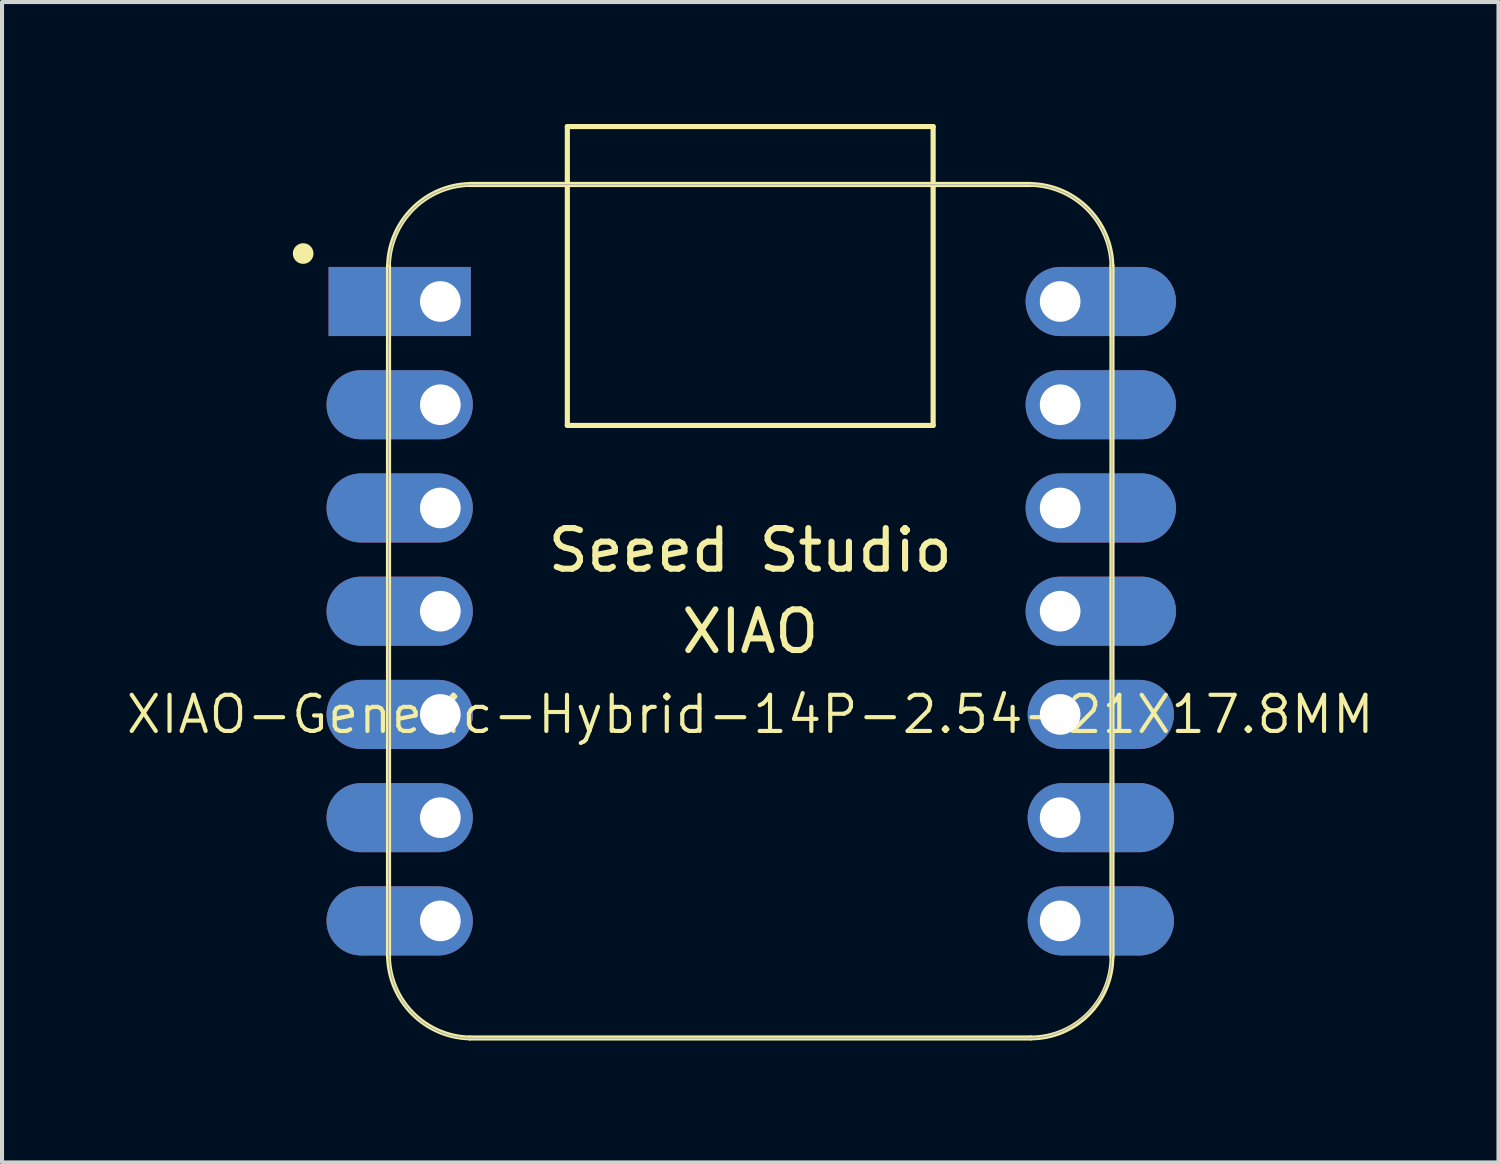
<source format=kicad_pcb>
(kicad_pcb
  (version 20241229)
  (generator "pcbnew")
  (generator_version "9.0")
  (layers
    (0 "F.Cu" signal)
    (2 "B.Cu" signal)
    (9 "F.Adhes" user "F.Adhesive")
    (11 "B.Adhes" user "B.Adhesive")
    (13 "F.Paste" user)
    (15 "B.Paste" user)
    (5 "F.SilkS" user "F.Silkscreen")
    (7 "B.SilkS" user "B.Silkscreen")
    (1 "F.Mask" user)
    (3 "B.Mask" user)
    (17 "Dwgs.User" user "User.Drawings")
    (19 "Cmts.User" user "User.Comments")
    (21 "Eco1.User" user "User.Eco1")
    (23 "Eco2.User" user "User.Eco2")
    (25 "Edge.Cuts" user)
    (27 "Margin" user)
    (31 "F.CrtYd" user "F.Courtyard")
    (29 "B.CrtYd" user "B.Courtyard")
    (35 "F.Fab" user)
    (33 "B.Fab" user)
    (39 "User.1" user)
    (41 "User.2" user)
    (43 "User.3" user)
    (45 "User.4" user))
  (footprint "XIAO-Generic-Hybrid-14P-2.54-21X17.8MM"
    (layer "F.Cu")
    (at 15.409 11.988)
    (property "Reference" "XIAO-Generic-Hybrid-14P-2.54-21X17.8MM" (at 0 2.54 0) (layer "F.SilkS") (effects (font (size 0.889 0.889) (thickness 0.102))))
    (attr smd)
    (fp_line (start -8.9 -8.5) (end -8.9 8.5) (stroke (width 0.127) (type solid)) (layer "F.SilkS"))
    (fp_line (start -6.9 10.5) (end 6.9 10.5) (stroke (width 0.127) (type solid)) (layer "F.SilkS"))
    (fp_line (start -4.5 -11.924) (end 4.5 -11.924) (stroke (width 0.127) (type solid)) (layer "F.SilkS"))
    (fp_line (start -4.5 -4.571) (end -4.5 -11.924) (stroke (width 0.127) (type solid)) (layer "F.SilkS"))
    (fp_line (start 4.5 -11.924) (end 4.5 -4.571) (stroke (width 0.127) (type solid)) (layer "F.SilkS"))
    (fp_line (start 4.5 -4.571) (end -4.5 -4.571) (stroke (width 0.127) (type solid)) (layer "F.SilkS"))
    (fp_line (start 6.9 -10.499) (end -6.9 -10.499) (stroke (width 0.127) (type solid)) (layer "F.SilkS"))
    (fp_line (start 8.9 8.5) (end 8.9 -8.5) (stroke (width 0.127) (type solid)) (layer "F.SilkS"))
    (fp_arc (start -8.9 -8.5) (mid -8.301491 -9.901491) (end -6.9 -10.5) (stroke (width 0.12) (type solid)) (layer "F.SilkS"))
    (fp_arc (start -6.9 10.5) (mid -8.301423 9.901423) (end -8.9 8.5) (stroke (width 0.12) (type solid)) (layer "F.SilkS"))
    (fp_arc (start 6.9 -10.5) (mid 8.301491 -9.901491) (end 8.9 -8.5) (stroke (width 0.12) (type solid)) (layer "F.SilkS"))
    (fp_arc (start 8.9 8.5) (mid 8.314214 9.914214) (end 6.9 10.5) (stroke (width 0.12) (type solid)) (layer "F.SilkS"))
    (fp_circle (center -11 -8.8) (end -11 -9.054) (stroke (width 0) (type solid)) (fill yes) (layer "F.SilkS"))
    (fp_poly (pts (xy -8.888 -8.562) (xy -8.885 -8.61) (xy -8.881 -8.659)) (stroke (width 0.025) (type solid)) (fill no) (layer "F.SilkS"))
    (fp_poly (pts (xy 8.889 8.522) (xy 8.888 8.571) (xy 8.885 8.62) (xy 8.881 8.669) (xy 8.875 8.717) (xy 8.869 8.766) (xy 8.861 8.815) (xy 8.852 8.863) (xy 8.842 8.911)) (stroke (width 0.025) (type solid)) (fill no) (layer "F.SilkS"))
    (fp_line (start -8.9 -8.463) (end -8.9 8.473) (stroke (width 0.025) (type solid)) (layer "F.Fab"))
    (fp_line (start -8.89 8.473) (end -8.889 8.522) (stroke (width 0.025) (type solid)) (layer "F.Fab"))
    (fp_line (start -8.889 8.522) (end -8.888 8.571) (stroke (width 0.025) (type solid)) (layer "F.Fab"))
    (fp_line (start -8.888 -8.562) (end -8.889 -8.512) (stroke (width 0.025) (type solid)) (layer "F.Fab"))
    (fp_line (start -8.888 8.571) (end -8.885 8.62) (stroke (width 0.025) (type solid)) (layer "F.Fab"))
    (fp_line (start -8.885 -8.61) (end -8.888 -8.562) (stroke (width 0.025) (type solid)) (layer "F.Fab"))
    (fp_line (start -8.885 8.62) (end -8.881 8.669) (stroke (width 0.025) (type solid)) (layer "F.Fab"))
    (fp_line (start -8.881 -8.659) (end -8.885 -8.61) (stroke (width 0.025) (type solid)) (layer "F.Fab"))
    (fp_line (start -8.881 8.669) (end -8.875 8.717) (stroke (width 0.025) (type solid)) (layer "F.Fab"))
    (fp_line (start -8.875 -8.708) (end -8.881 -8.659) (stroke (width 0.025) (type solid)) (layer "F.Fab"))
    (fp_line (start -8.875 8.717) (end -8.869 8.766) (stroke (width 0.025) (type solid)) (layer "F.Fab"))
    (fp_line (start -8.869 -8.757) (end -8.875 -8.708) (stroke (width 0.025) (type solid)) (layer "F.Fab"))
    (fp_line (start -8.869 8.766) (end -8.861 8.815) (stroke (width 0.025) (type solid)) (layer "F.Fab"))
    (fp_line (start -8.861 -8.806) (end -8.869 -8.757) (stroke (width 0.025) (type solid)) (layer "F.Fab"))
    (fp_line (start -8.861 8.815) (end -8.852 8.863) (stroke (width 0.025) (type solid)) (layer "F.Fab"))
    (fp_line (start -8.852 -8.854) (end -8.861 -8.806) (stroke (width 0.025) (type solid)) (layer "F.Fab"))
    (fp_line (start -8.852 8.863) (end -8.842 8.911) (stroke (width 0.025) (type solid)) (layer "F.Fab"))
    (fp_line (start -8.842 -8.902) (end -8.852 -8.854) (stroke (width 0.025) (type solid)) (layer "F.Fab"))
    (fp_line (start -8.842 8.911) (end -8.831 8.959) (stroke (width 0.025) (type solid)) (layer "F.Fab"))
    (fp_line (start -8.831 -8.95) (end -8.842 -8.902) (stroke (width 0.025) (type solid)) (layer "F.Fab"))
    (fp_line (start -8.831 8.959) (end -8.819 9.006) (stroke (width 0.025) (type solid)) (layer "F.Fab"))
    (fp_line (start -8.819 -8.997) (end -8.831 -8.95) (stroke (width 0.025) (type solid)) (layer "F.Fab"))
    (fp_line (start -8.819 9.006) (end -8.805 9.054) (stroke (width 0.025) (type solid)) (layer "F.Fab"))
    (fp_line (start -8.805 -9.045) (end -8.819 -8.997) (stroke (width 0.025) (type solid)) (layer "F.Fab"))
    (fp_line (start -8.805 9.054) (end -8.79 9.1) (stroke (width 0.025) (type solid)) (layer "F.Fab"))
    (fp_line (start -8.79 -9.091) (end -8.805 -9.045) (stroke (width 0.025) (type solid)) (layer "F.Fab"))
    (fp_line (start -8.79 9.1) (end -8.775 9.147) (stroke (width 0.025) (type solid)) (layer "F.Fab"))
    (fp_line (start -8.775 -9.138) (end -8.79 -9.091) (stroke (width 0.025) (type solid)) (layer "F.Fab"))
    (fp_line (start -8.775 9.147) (end -8.758 9.193) (stroke (width 0.025) (type solid)) (layer "F.Fab"))
    (fp_line (start -8.758 -9.184) (end -8.775 -9.138) (stroke (width 0.025) (type solid)) (layer "F.Fab"))
    (fp_line (start -8.758 9.193) (end -8.74 9.239) (stroke (width 0.025) (type solid)) (layer "F.Fab"))
    (fp_line (start -8.74 -9.23) (end -8.758 -9.184) (stroke (width 0.025) (type solid)) (layer "F.Fab"))
    (fp_line (start -8.74 9.239) (end -8.721 9.284) (stroke (width 0.025) (type solid)) (layer "F.Fab"))
    (fp_line (start -8.721 -9.275) (end -8.74 -9.23) (stroke (width 0.025) (type solid)) (layer "F.Fab"))
    (fp_line (start -8.721 9.284) (end -8.701 9.329) (stroke (width 0.025) (type solid)) (layer "F.Fab"))
    (fp_line (start -8.701 -9.32) (end -8.721 -9.275) (stroke (width 0.025) (type solid)) (layer "F.Fab"))
    (fp_line (start -8.701 9.329) (end -8.679 9.373) (stroke (width 0.025) (type solid)) (layer "F.Fab"))
    (fp_line (start -8.679 -9.364) (end -8.701 -9.32) (stroke (width 0.025) (type solid)) (layer "F.Fab"))
    (fp_line (start -8.679 9.373) (end -8.657 9.417) (stroke (width 0.025) (type solid)) (layer "F.Fab"))
    (fp_line (start -8.657 -9.408) (end -8.679 -9.364) (stroke (width 0.025) (type solid)) (layer "F.Fab"))
    (fp_line (start -8.657 9.417) (end -8.634 9.46) (stroke (width 0.025) (type solid)) (layer "F.Fab"))
    (fp_line (start -8.634 -9.451) (end -8.657 -9.408) (stroke (width 0.025) (type solid)) (layer "F.Fab"))
    (fp_line (start -8.634 9.46) (end -8.61 9.503) (stroke (width 0.025) (type solid)) (layer "F.Fab"))
    (fp_line (start -8.61 -9.494) (end -8.634 -9.451) (stroke (width 0.025) (type solid)) (layer "F.Fab"))
    (fp_line (start -8.61 9.503) (end -8.584 9.545) (stroke (width 0.025) (type solid)) (layer "F.Fab"))
    (fp_line (start -8.584 -9.536) (end -8.61 -9.494) (stroke (width 0.025) (type solid)) (layer "F.Fab"))
    (fp_line (start -8.584 9.545) (end -8.558 9.586) (stroke (width 0.025) (type solid)) (layer "F.Fab"))
    (fp_line (start -8.558 -9.577) (end -8.584 -9.536) (stroke (width 0.025) (type solid)) (layer "F.Fab"))
    (fp_line (start -8.558 9.586) (end -8.53 9.627) (stroke (width 0.025) (type solid)) (layer "F.Fab"))
    (fp_line (start -8.53 -9.618) (end -8.558 -9.577) (stroke (width 0.025) (type solid)) (layer "F.Fab"))
    (fp_line (start -8.53 9.627) (end -8.502 9.667) (stroke (width 0.025) (type solid)) (layer "F.Fab"))
    (fp_line (start -8.502 -9.658) (end -8.53 -9.618) (stroke (width 0.025) (type solid)) (layer "F.Fab"))
    (fp_line (start -8.502 9.667) (end -8.473 9.706) (stroke (width 0.025) (type solid)) (layer "F.Fab"))
    (fp_line (start -8.473 -9.697) (end -8.502 -9.658) (stroke (width 0.025) (type solid)) (layer "F.Fab"))
    (fp_line (start -8.473 9.706) (end -8.442 9.745) (stroke (width 0.025) (type solid)) (layer "F.Fab"))
    (fp_line (start -8.442 -9.736) (end -8.473 -9.697) (stroke (width 0.025) (type solid)) (layer "F.Fab"))
    (fp_line (start -8.442 9.745) (end -8.411 9.783) (stroke (width 0.025) (type solid)) (layer "F.Fab"))
    (fp_line (start -8.411 -9.774) (end -8.442 -9.736) (stroke (width 0.025) (type solid)) (layer "F.Fab"))
    (fp_line (start -8.411 9.783) (end -8.379 9.82) (stroke (width 0.025) (type solid)) (layer "F.Fab"))
    (fp_line (start -8.379 -9.811) (end -8.411 -9.774) (stroke (width 0.025) (type solid)) (layer "F.Fab"))
    (fp_line (start -8.379 9.82) (end -8.346 9.856) (stroke (width 0.025) (type solid)) (layer "F.Fab"))
    (fp_line (start -8.346 -9.847) (end -8.379 -9.811) (stroke (width 0.025) (type solid)) (layer "F.Fab"))
    (fp_line (start -8.346 9.856) (end -8.312 9.892) (stroke (width 0.025) (type solid)) (layer "F.Fab"))
    (fp_line (start -8.312 -9.883) (end -8.346 -9.847) (stroke (width 0.025) (type solid)) (layer "F.Fab"))
    (fp_line (start -8.312 9.892) (end -8.277 9.927) (stroke (width 0.025) (type solid)) (layer "F.Fab"))
    (fp_line (start -8.277 -9.918) (end -8.312 -9.883) (stroke (width 0.025) (type solid)) (layer "F.Fab"))
    (fp_line (start -8.277 9.927) (end -8.242 9.96) (stroke (width 0.025) (type solid)) (layer "F.Fab"))
    (fp_line (start -8.242 -9.951) (end -8.277 -9.918) (stroke (width 0.025) (type solid)) (layer "F.Fab"))
    (fp_line (start -8.242 9.96) (end -8.205 9.994) (stroke (width 0.025) (type solid)) (layer "F.Fab"))
    (fp_line (start -8.205 -9.984) (end -8.242 -9.951) (stroke (width 0.025) (type solid)) (layer "F.Fab"))
    (fp_line (start -8.205 9.994) (end -8.168 10.026) (stroke (width 0.025) (type solid)) (layer "F.Fab"))
    (fp_line (start -8.168 -10.017) (end -8.205 -9.984) (stroke (width 0.025) (type solid)) (layer "F.Fab"))
    (fp_line (start -8.168 10.026) (end -8.13 10.057) (stroke (width 0.025) (type solid)) (layer "F.Fab"))
    (fp_line (start -8.13 -10.048) (end -8.168 -10.017) (stroke (width 0.025) (type solid)) (layer "F.Fab"))
    (fp_line (start -8.13 10.057) (end -8.092 10.087) (stroke (width 0.025) (type solid)) (layer "F.Fab"))
    (fp_line (start -8.092 -10.078) (end -8.13 -10.048) (stroke (width 0.025) (type solid)) (layer "F.Fab"))
    (fp_line (start -8.092 10.087) (end -8.052 10.116) (stroke (width 0.025) (type solid)) (layer "F.Fab"))
    (fp_line (start -8.052 -10.107) (end -8.092 -10.078) (stroke (width 0.025) (type solid)) (layer "F.Fab"))
    (fp_line (start -8.052 10.116) (end -8.012 10.145) (stroke (width 0.025) (type solid)) (layer "F.Fab"))
    (fp_line (start -8.012 -10.136) (end -8.052 -10.107) (stroke (width 0.025) (type solid)) (layer "F.Fab"))
    (fp_line (start -8.012 10.145) (end -7.972 10.172) (stroke (width 0.025) (type solid)) (layer "F.Fab"))
    (fp_line (start -7.972 -10.163) (end -8.012 -10.136) (stroke (width 0.025) (type solid)) (layer "F.Fab"))
    (fp_line (start -7.972 10.172) (end -7.93 10.199) (stroke (width 0.025) (type solid)) (layer "F.Fab"))
    (fp_line (start -7.93 -10.19) (end -7.972 -10.163) (stroke (width 0.025) (type solid)) (layer "F.Fab"))
    (fp_line (start -7.93 10.199) (end -7.888 10.224) (stroke (width 0.025) (type solid)) (layer "F.Fab"))
    (fp_line (start -7.888 -10.215) (end -7.93 -10.19) (stroke (width 0.025) (type solid)) (layer "F.Fab"))
    (fp_line (start -7.888 10.224) (end -7.846 10.249) (stroke (width 0.025) (type solid)) (layer "F.Fab"))
    (fp_line (start -7.846 -10.239) (end -7.888 -10.215) (stroke (width 0.025) (type solid)) (layer "F.Fab"))
    (fp_line (start -7.846 10.249) (end -7.802 10.272) (stroke (width 0.025) (type solid)) (layer "F.Fab"))
    (fp_line (start -7.802 -10.263) (end -7.846 -10.239) (stroke (width 0.025) (type solid)) (layer "F.Fab"))
    (fp_line (start -7.802 10.272) (end -7.759 10.294) (stroke (width 0.025) (type solid)) (layer "F.Fab"))
    (fp_line (start -7.759 -10.285) (end -7.802 -10.263) (stroke (width 0.025) (type solid)) (layer "F.Fab"))
    (fp_line (start -7.759 10.294) (end -7.714 10.315) (stroke (width 0.025) (type solid)) (layer "F.Fab"))
    (fp_line (start -7.714 -10.306) (end -7.759 -10.285) (stroke (width 0.025) (type solid)) (layer "F.Fab"))
    (fp_line (start -7.714 10.315) (end -7.67 10.335) (stroke (width 0.025) (type solid)) (layer "F.Fab"))
    (fp_line (start -7.67 -10.326) (end -7.714 -10.306) (stroke (width 0.025) (type solid)) (layer "F.Fab"))
    (fp_line (start -7.67 10.335) (end -7.624 10.354) (stroke (width 0.025) (type solid)) (layer "F.Fab"))
    (fp_line (start -7.624 -10.345) (end -7.67 -10.326) (stroke (width 0.025) (type solid)) (layer "F.Fab"))
    (fp_line (start -7.624 10.354) (end -7.579 10.372) (stroke (width 0.025) (type solid)) (layer "F.Fab"))
    (fp_line (start -7.579 -10.363) (end -7.624 -10.345) (stroke (width 0.025) (type solid)) (layer "F.Fab"))
    (fp_line (start -7.579 10.372) (end -7.532 10.389) (stroke (width 0.025) (type solid)) (layer "F.Fab"))
    (fp_line (start -7.532 -10.38) (end -7.579 -10.363) (stroke (width 0.025) (type solid)) (layer "F.Fab"))
    (fp_line (start -7.532 10.389) (end -7.486 10.405) (stroke (width 0.025) (type solid)) (layer "F.Fab"))
    (fp_line (start -7.486 -10.396) (end -7.532 -10.38) (stroke (width 0.025) (type solid)) (layer "F.Fab"))
    (fp_line (start -7.486 10.405) (end -7.439 10.42) (stroke (width 0.025) (type solid)) (layer "F.Fab"))
    (fp_line (start -7.439 -10.411) (end -7.486 -10.396) (stroke (width 0.025) (type solid)) (layer "F.Fab"))
    (fp_line (start -7.439 10.42) (end -7.392 10.433) (stroke (width 0.025) (type solid)) (layer "F.Fab"))
    (fp_line (start -7.392 -10.424) (end -7.439 -10.411) (stroke (width 0.025) (type solid)) (layer "F.Fab"))
    (fp_line (start -7.392 10.433) (end -7.344 10.446) (stroke (width 0.025) (type solid)) (layer "F.Fab"))
    (fp_line (start -7.344 -10.436) (end -7.392 -10.424) (stroke (width 0.025) (type solid)) (layer "F.Fab"))
    (fp_line (start -7.344 10.446) (end -7.296 10.457) (stroke (width 0.025) (type solid)) (layer "F.Fab"))
    (fp_line (start -7.296 -10.448) (end -7.344 -10.436) (stroke (width 0.025) (type solid)) (layer "F.Fab"))
    (fp_line (start -7.296 10.457) (end -7.248 10.467) (stroke (width 0.025) (type solid)) (layer "F.Fab"))
    (fp_line (start -7.248 -10.458) (end -7.296 -10.448) (stroke (width 0.025) (type solid)) (layer "F.Fab"))
    (fp_line (start -7.248 10.467) (end -7.2 10.476) (stroke (width 0.025) (type solid)) (layer "F.Fab"))
    (fp_line (start -7.2 -10.466) (end -7.248 -10.458) (stroke (width 0.025) (type solid)) (layer "F.Fab"))
    (fp_line (start -7.2 10.476) (end -7.152 10.483) (stroke (width 0.025) (type solid)) (layer "F.Fab"))
    (fp_line (start -7.152 -10.474) (end -7.2 -10.466) (stroke (width 0.025) (type solid)) (layer "F.Fab"))
    (fp_line (start -7.152 10.483) (end -7.103 10.49) (stroke (width 0.025) (type solid)) (layer "F.Fab"))
    (fp_line (start -7.103 -10.481) (end -7.152 -10.474) (stroke (width 0.025) (type solid)) (layer "F.Fab"))
    (fp_line (start -7.103 10.49) (end -7.054 10.495) (stroke (width 0.025) (type solid)) (layer "F.Fab"))
    (fp_line (start -7.054 -10.486) (end -7.103 -10.481) (stroke (width 0.025) (type solid)) (layer "F.Fab"))
    (fp_line (start -7.054 10.495) (end -7.005 10.499) (stroke (width 0.025) (type solid)) (layer "F.Fab"))
    (fp_line (start -7.005 -10.49) (end -7.054 -10.486) (stroke (width 0.025) (type solid)) (layer "F.Fab"))
    (fp_line (start -7.005 10.499) (end -6.956 10.502) (stroke (width 0.025) (type solid)) (layer "F.Fab"))
    (fp_line (start -6.956 -10.493) (end -7.005 -10.49) (stroke (width 0.025) (type solid)) (layer "F.Fab"))
    (fp_line (start -6.956 10.502) (end -6.907 10.504) (stroke (width 0.025) (type solid)) (layer "F.Fab"))
    (fp_line (start -6.907 -10.495) (end -6.956 -10.493) (stroke (width 0.025) (type solid)) (layer "F.Fab"))
    (fp_line (start -6.907 10.504) (end -6.858 10.505) (stroke (width 0.025) (type solid)) (layer "F.Fab"))
    (fp_line (start -6.858 -10.495) (end -6.907 -10.495) (stroke (width 0.025) (type solid)) (layer "F.Fab"))
    (fp_line (start -6.858 10.505) (end 6.858 10.505) (stroke (width 0.025) (type solid)) (layer "F.Fab"))
    (fp_line (start 6.858 -10.495) (end -6.858 -10.495) (stroke (width 0.025) (type solid)) (layer "F.Fab"))
    (fp_line (start 6.858 10.505) (end 6.907 10.504) (stroke (width 0.025) (type solid)) (layer "F.Fab"))
    (fp_line (start 6.907 -10.495) (end 6.858 -10.495) (stroke (width 0.025) (type solid)) (layer "F.Fab"))
    (fp_line (start 6.907 10.504) (end 6.956 10.502) (stroke (width 0.025) (type solid)) (layer "F.Fab"))
    (fp_line (start 6.956 -10.493) (end 6.907 -10.495) (stroke (width 0.025) (type solid)) (layer "F.Fab"))
    (fp_line (start 6.956 10.502) (end 7.005 10.499) (stroke (width 0.025) (type solid)) (layer "F.Fab"))
    (fp_line (start 7.005 -10.49) (end 6.956 -10.493) (stroke (width 0.025) (type solid)) (layer "F.Fab"))
    (fp_line (start 7.005 10.499) (end 7.054 10.495) (stroke (width 0.025) (type solid)) (layer "F.Fab"))
    (fp_line (start 7.054 -10.486) (end 7.005 -10.49) (stroke (width 0.025) (type solid)) (layer "F.Fab"))
    (fp_line (start 7.054 10.495) (end 7.103 10.49) (stroke (width 0.025) (type solid)) (layer "F.Fab"))
    (fp_line (start 7.103 -10.481) (end 7.054 -10.486) (stroke (width 0.025) (type solid)) (layer "F.Fab"))
    (fp_line (start 7.103 10.49) (end 7.152 10.483) (stroke (width 0.025) (type solid)) (layer "F.Fab"))
    (fp_line (start 7.152 -10.474) (end 7.103 -10.481) (stroke (width 0.025) (type solid)) (layer "F.Fab"))
    (fp_line (start 7.152 10.483) (end 7.2 10.476) (stroke (width 0.025) (type solid)) (layer "F.Fab"))
    (fp_line (start 7.2 -10.466) (end 7.152 -10.474) (stroke (width 0.025) (type solid)) (layer "F.Fab"))
    (fp_line (start 7.2 10.476) (end 7.248 10.467) (stroke (width 0.025) (type solid)) (layer "F.Fab"))
    (fp_line (start 7.248 -10.458) (end 7.2 -10.466) (stroke (width 0.025) (type solid)) (layer "F.Fab"))
    (fp_line (start 7.248 10.467) (end 7.296 10.457) (stroke (width 0.025) (type solid)) (layer "F.Fab"))
    (fp_line (start 7.296 -10.448) (end 7.248 -10.458) (stroke (width 0.025) (type solid)) (layer "F.Fab"))
    (fp_line (start 7.296 10.457) (end 7.344 10.446) (stroke (width 0.025) (type solid)) (layer "F.Fab"))
    (fp_line (start 7.344 -10.436) (end 7.296 -10.448) (stroke (width 0.025) (type solid)) (layer "F.Fab"))
    (fp_line (start 7.344 10.446) (end 7.392 10.433) (stroke (width 0.025) (type solid)) (layer "F.Fab"))
    (fp_line (start 7.392 -10.424) (end 7.344 -10.436) (stroke (width 0.025) (type solid)) (layer "F.Fab"))
    (fp_line (start 7.392 10.433) (end 7.439 10.42) (stroke (width 0.025) (type solid)) (layer "F.Fab"))
    (fp_line (start 7.439 -10.411) (end 7.392 -10.424) (stroke (width 0.025) (type solid)) (layer "F.Fab"))
    (fp_line (start 7.439 10.42) (end 7.486 10.405) (stroke (width 0.025) (type solid)) (layer "F.Fab"))
    (fp_line (start 7.486 -10.396) (end 7.439 -10.411) (stroke (width 0.025) (type solid)) (layer "F.Fab"))
    (fp_line (start 7.486 10.405) (end 7.532 10.389) (stroke (width 0.025) (type solid)) (layer "F.Fab"))
    (fp_line (start 7.532 -10.38) (end 7.486 -10.396) (stroke (width 0.025) (type solid)) (layer "F.Fab"))
    (fp_line (start 7.532 10.389) (end 7.579 10.372) (stroke (width 0.025) (type solid)) (layer "F.Fab"))
    (fp_line (start 7.579 -10.363) (end 7.532 -10.38) (stroke (width 0.025) (type solid)) (layer "F.Fab"))
    (fp_line (start 7.579 10.372) (end 7.624 10.354) (stroke (width 0.025) (type solid)) (layer "F.Fab"))
    (fp_line (start 7.624 -10.345) (end 7.579 -10.363) (stroke (width 0.025) (type solid)) (layer "F.Fab"))
    (fp_line (start 7.624 10.354) (end 7.67 10.335) (stroke (width 0.025) (type solid)) (layer "F.Fab"))
    (fp_line (start 7.67 -10.326) (end 7.624 -10.345) (stroke (width 0.025) (type solid)) (layer "F.Fab"))
    (fp_line (start 7.67 10.335) (end 7.714 10.315) (stroke (width 0.025) (type solid)) (layer "F.Fab"))
    (fp_line (start 7.714 -10.306) (end 7.67 -10.326) (stroke (width 0.025) (type solid)) (layer "F.Fab"))
    (fp_line (start 7.714 10.315) (end 7.759 10.294) (stroke (width 0.025) (type solid)) (layer "F.Fab"))
    (fp_line (start 7.759 -10.285) (end 7.714 -10.306) (stroke (width 0.025) (type solid)) (layer "F.Fab"))
    (fp_line (start 7.759 10.294) (end 7.802 10.272) (stroke (width 0.025) (type solid)) (layer "F.Fab"))
    (fp_line (start 7.802 -10.263) (end 7.759 -10.285) (stroke (width 0.025) (type solid)) (layer "F.Fab"))
    (fp_line (start 7.802 10.272) (end 7.846 10.249) (stroke (width 0.025) (type solid)) (layer "F.Fab"))
    (fp_line (start 7.846 -10.239) (end 7.802 -10.263) (stroke (width 0.025) (type solid)) (layer "F.Fab"))
    (fp_line (start 7.846 10.249) (end 7.888 10.224) (stroke (width 0.025) (type solid)) (layer "F.Fab"))
    (fp_line (start 7.888 -10.215) (end 7.846 -10.239) (stroke (width 0.025) (type solid)) (layer "F.Fab"))
    (fp_line (start 7.888 10.224) (end 7.93 10.199) (stroke (width 0.025) (type solid)) (layer "F.Fab"))
    (fp_line (start 7.93 -10.19) (end 7.888 -10.215) (stroke (width 0.025) (type solid)) (layer "F.Fab"))
    (fp_line (start 7.93 10.199) (end 7.972 10.172) (stroke (width 0.025) (type solid)) (layer "F.Fab"))
    (fp_line (start 7.972 -10.163) (end 7.93 -10.19) (stroke (width 0.025) (type solid)) (layer "F.Fab"))
    (fp_line (start 7.972 10.172) (end 8.012 10.145) (stroke (width 0.025) (type solid)) (layer "F.Fab"))
    (fp_line (start 8.012 -10.136) (end 7.972 -10.163) (stroke (width 0.025) (type solid)) (layer "F.Fab"))
    (fp_line (start 8.012 10.145) (end 8.052 10.116) (stroke (width 0.025) (type solid)) (layer "F.Fab"))
    (fp_line (start 8.052 -10.107) (end 8.012 -10.136) (stroke (width 0.025) (type solid)) (layer "F.Fab"))
    (fp_line (start 8.052 10.116) (end 8.092 10.087) (stroke (width 0.025) (type solid)) (layer "F.Fab"))
    (fp_line (start 8.092 -10.078) (end 8.052 -10.107) (stroke (width 0.025) (type solid)) (layer "F.Fab"))
    (fp_line (start 8.092 10.087) (end 8.13 10.057) (stroke (width 0.025) (type solid)) (layer "F.Fab"))
    (fp_line (start 8.13 -10.048) (end 8.092 -10.078) (stroke (width 0.025) (type solid)) (layer "F.Fab"))
    (fp_line (start 8.13 10.057) (end 8.168 10.026) (stroke (width 0.025) (type solid)) (layer "F.Fab"))
    (fp_line (start 8.168 -10.017) (end 8.13 -10.048) (stroke (width 0.025) (type solid)) (layer "F.Fab"))
    (fp_line (start 8.168 10.026) (end 8.205 9.994) (stroke (width 0.025) (type solid)) (layer "F.Fab"))
    (fp_line (start 8.205 -9.984) (end 8.168 -10.017) (stroke (width 0.025) (type solid)) (layer "F.Fab"))
    (fp_line (start 8.205 9.994) (end 8.242 9.96) (stroke (width 0.025) (type solid)) (layer "F.Fab"))
    (fp_line (start 8.242 -9.951) (end 8.205 -9.984) (stroke (width 0.025) (type solid)) (layer "F.Fab"))
    (fp_line (start 8.242 9.96) (end 8.277 9.927) (stroke (width 0.025) (type solid)) (layer "F.Fab"))
    (fp_line (start 8.277 -9.918) (end 8.242 -9.951) (stroke (width 0.025) (type solid)) (layer "F.Fab"))
    (fp_line (start 8.277 9.927) (end 8.312 9.892) (stroke (width 0.025) (type solid)) (layer "F.Fab"))
    (fp_line (start 8.312 -9.883) (end 8.277 -9.918) (stroke (width 0.025) (type solid)) (layer "F.Fab"))
    (fp_line (start 8.312 9.892) (end 8.346 9.856) (stroke (width 0.025) (type solid)) (layer "F.Fab"))
    (fp_line (start 8.346 -9.847) (end 8.312 -9.883) (stroke (width 0.025) (type solid)) (layer "F.Fab"))
    (fp_line (start 8.346 9.856) (end 8.379 9.82) (stroke (width 0.025) (type solid)) (layer "F.Fab"))
    (fp_line (start 8.379 -9.811) (end 8.346 -9.847) (stroke (width 0.025) (type solid)) (layer "F.Fab"))
    (fp_line (start 8.379 9.82) (end 8.411 9.783) (stroke (width 0.025) (type solid)) (layer "F.Fab"))
    (fp_line (start 8.411 -9.774) (end 8.379 -9.811) (stroke (width 0.025) (type solid)) (layer "F.Fab"))
    (fp_line (start 8.411 9.783) (end 8.442 9.745) (stroke (width 0.025) (type solid)) (layer "F.Fab"))
    (fp_line (start 8.442 -9.736) (end 8.411 -9.774) (stroke (width 0.025) (type solid)) (layer "F.Fab"))
    (fp_line (start 8.442 9.745) (end 8.473 9.706) (stroke (width 0.025) (type solid)) (layer "F.Fab"))
    (fp_line (start 8.473 -9.697) (end 8.442 -9.736) (stroke (width 0.025) (type solid)) (layer "F.Fab"))
    (fp_line (start 8.473 9.706) (end 8.502 9.667) (stroke (width 0.025) (type solid)) (layer "F.Fab"))
    (fp_line (start 8.502 -9.658) (end 8.473 -9.697) (stroke (width 0.025) (type solid)) (layer "F.Fab"))
    (fp_line (start 8.502 9.667) (end 8.53 9.627) (stroke (width 0.025) (type solid)) (layer "F.Fab"))
    (fp_line (start 8.53 -9.618) (end 8.502 -9.658) (stroke (width 0.025) (type solid)) (layer "F.Fab"))
    (fp_line (start 8.53 9.627) (end 8.558 9.586) (stroke (width 0.025) (type solid)) (layer "F.Fab"))
    (fp_line (start 8.558 -9.577) (end 8.53 -9.618) (stroke (width 0.025) (type solid)) (layer "F.Fab"))
    (fp_line (start 8.558 9.586) (end 8.584 9.545) (stroke (width 0.025) (type solid)) (layer "F.Fab"))
    (fp_line (start 8.584 -9.536) (end 8.558 -9.577) (stroke (width 0.025) (type solid)) (layer "F.Fab"))
    (fp_line (start 8.584 9.545) (end 8.61 9.503) (stroke (width 0.025) (type solid)) (layer "F.Fab"))
    (fp_line (start 8.61 -9.494) (end 8.584 -9.536) (stroke (width 0.025) (type solid)) (layer "F.Fab"))
    (fp_line (start 8.61 9.503) (end 8.634 9.46) (stroke (width 0.025) (type solid)) (layer "F.Fab"))
    (fp_line (start 8.634 -9.451) (end 8.61 -9.494) (stroke (width 0.025) (type solid)) (layer "F.Fab"))
    (fp_line (start 8.634 9.46) (end 8.657 9.417) (stroke (width 0.025) (type solid)) (layer "F.Fab"))
    (fp_line (start 8.657 -9.408) (end 8.634 -9.451) (stroke (width 0.025) (type solid)) (layer "F.Fab"))
    (fp_line (start 8.657 9.417) (end 8.679 9.373) (stroke (width 0.025) (type solid)) (layer "F.Fab"))
    (fp_line (start 8.679 -9.364) (end 8.657 -9.408) (stroke (width 0.025) (type solid)) (layer "F.Fab"))
    (fp_line (start 8.679 9.373) (end 8.701 9.329) (stroke (width 0.025) (type solid)) (layer "F.Fab"))
    (fp_line (start 8.701 -9.32) (end 8.679 -9.364) (stroke (width 0.025) (type solid)) (layer "F.Fab"))
    (fp_line (start 8.701 9.329) (end 8.721 9.284) (stroke (width 0.025) (type solid)) (layer "F.Fab"))
    (fp_line (start 8.721 -9.275) (end 8.701 -9.32) (stroke (width 0.025) (type solid)) (layer "F.Fab"))
    (fp_line (start 8.721 9.284) (end 8.74 9.239) (stroke (width 0.025) (type solid)) (layer "F.Fab"))
    (fp_line (start 8.74 -9.23) (end 8.721 -9.275) (stroke (width 0.025) (type solid)) (layer "F.Fab"))
    (fp_line (start 8.74 9.239) (end 8.758 9.193) (stroke (width 0.025) (type solid)) (layer "F.Fab"))
    (fp_line (start 8.758 -9.184) (end 8.74 -9.23) (stroke (width 0.025) (type solid)) (layer "F.Fab"))
    (fp_line (start 8.758 9.193) (end 8.775 9.147) (stroke (width 0.025) (type solid)) (layer "F.Fab"))
    (fp_line (start 8.775 -9.138) (end 8.758 -9.184) (stroke (width 0.025) (type solid)) (layer "F.Fab"))
    (fp_line (start 8.775 9.147) (end 8.79 9.1) (stroke (width 0.025) (type solid)) (layer "F.Fab"))
    (fp_line (start 8.79 -9.091) (end 8.775 -9.138) (stroke (width 0.025) (type solid)) (layer "F.Fab"))
    (fp_line (start 8.79 9.1) (end 8.805 9.054) (stroke (width 0.025) (type solid)) (layer "F.Fab"))
    (fp_line (start 8.805 -9.045) (end 8.79 -9.091) (stroke (width 0.025) (type solid)) (layer "F.Fab"))
    (fp_line (start 8.805 9.054) (end 8.819 9.006) (stroke (width 0.025) (type solid)) (layer "F.Fab"))
    (fp_line (start 8.819 -8.997) (end 8.805 -9.045) (stroke (width 0.025) (type solid)) (layer "F.Fab"))
    (fp_line (start 8.819 9.006) (end 8.831 8.959) (stroke (width 0.025) (type solid)) (layer "F.Fab"))
    (fp_line (start 8.831 -8.95) (end 8.819 -8.997) (stroke (width 0.025) (type solid)) (layer "F.Fab"))
    (fp_line (start 8.831 8.959) (end 8.842 8.911) (stroke (width 0.025) (type solid)) (layer "F.Fab"))
    (fp_line (start 8.842 -8.902) (end 8.831 -8.95) (stroke (width 0.025) (type solid)) (layer "F.Fab"))
    (fp_line (start 8.842 8.911) (end 8.852 8.863) (stroke (width 0.025) (type solid)) (layer "F.Fab"))
    (fp_line (start 8.852 -8.854) (end 8.842 -8.902) (stroke (width 0.025) (type solid)) (layer "F.Fab"))
    (fp_line (start 8.852 8.863) (end 8.861 8.815) (stroke (width 0.025) (type solid)) (layer "F.Fab"))
    (fp_line (start 8.861 -8.806) (end 8.852 -8.854) (stroke (width 0.025) (type solid)) (layer "F.Fab"))
    (fp_line (start 8.861 8.815) (end 8.869 8.766) (stroke (width 0.025) (type solid)) (layer "F.Fab"))
    (fp_line (start 8.869 -8.757) (end 8.861 -8.806) (stroke (width 0.025) (type solid)) (layer "F.Fab"))
    (fp_line (start 8.869 8.766) (end 8.875 8.717) (stroke (width 0.025) (type solid)) (layer "F.Fab"))
    (fp_line (start 8.875 -8.708) (end 8.869 -8.757) (stroke (width 0.025) (type solid)) (layer "F.Fab"))
    (fp_line (start 8.875 8.717) (end 8.881 8.669) (stroke (width 0.025) (type solid)) (layer "F.Fab"))
    (fp_line (start 8.881 -8.659) (end 8.875 -8.708) (stroke (width 0.025) (type solid)) (layer "F.Fab"))
    (fp_line (start 8.881 8.669) (end 8.885 8.62) (stroke (width 0.025) (type solid)) (layer "F.Fab"))
    (fp_line (start 8.885 -8.61) (end 8.881 -8.659) (stroke (width 0.025) (type solid)) (layer "F.Fab"))
    (fp_line (start 8.885 8.62) (end 8.888 8.571) (stroke (width 0.025) (type solid)) (layer "F.Fab"))
    (fp_line (start 8.888 -8.562) (end 8.885 -8.61) (stroke (width 0.025) (type solid)) (layer "F.Fab"))
    (fp_line (start 8.888 8.571) (end 8.889 8.522) (stroke (width 0.025) (type solid)) (layer "F.Fab"))
    (fp_line (start 8.889 -8.512) (end 8.888 -8.562) (stroke (width 0.025) (type solid)) (layer "F.Fab"))
    (fp_line (start 8.889 8.522) (end 8.89 8.473) (stroke (width 0.025) (type solid)) (layer "F.Fab"))
    (fp_line (start 8.89 -8.463) (end 8.889 -8.512) (stroke (width 0.025) (type solid)) (layer "F.Fab"))
    (fp_line (start 8.9 8.473) (end 8.9 -8.463) (stroke (width 0.025) (type solid)) (layer "F.Fab"))
    (fp_text user "Seeed Studio" (at 0 -1.5 0) (unlocked yes) (layer "F.SilkS") (effects (font (size 1 1) (thickness 0.15))))
    (fp_text user "XIAO" (at 0 0.5 0) (unlocked yes) (layer "F.SilkS") (effects (font (size 1 1) (thickness 0.15))))
    (pad "1" thru_hole rect (at -7.625 -7.62) (size 3.5 1.7) (drill 1 (offset -1 0)) (layers "*.Cu" "*.Mask"))
    (pad "2" thru_hole oval (at -7.625 -5.08) (size 3.6 1.7) (drill 1 (offset -1 0)) (layers "*.Cu" "*.Mask"))
    (pad "3" thru_hole oval (at -7.625 -2.54) (size 3.6 1.7) (drill 1 (offset -1 0)) (layers "*.Cu" "*.Mask"))
    (pad "4" thru_hole oval (at -7.625 0) (size 3.6 1.7) (drill 1 (offset -1 0)) (layers "*.Cu" "*.Mask"))
    (pad "5" thru_hole oval (at -7.625 2.54) (size 3.6 1.7) (drill 1 (offset -1 0)) (layers "*.Cu" "*.Mask"))
    (pad "6" thru_hole oval (at -7.625 5.08 180) (size 3.6 1.7) (drill 1 (offset 1 0)) (layers "*.Cu" "*.Mask"))
    (pad "7" thru_hole oval (at -7.625 7.62) (size 3.6 1.7) (drill 1 (offset -1 0)) (layers "*.Cu" "*.Mask"))
    (pad "8" thru_hole oval (at 7.625 7.62) (size 3.6 1.7) (drill 1 (offset 1 0)) (layers "*.Cu" "*.Mask"))
    (pad "9" thru_hole oval (at 7.625 5.08) (size 3.6 1.7) (drill 1 (offset 1 0)) (layers "*.Cu" "*.Mask"))
    (pad "10" thru_hole oval (at 7.625 2.54) (size 3.6 1.7) (drill 1 (offset 1 0)) (layers "*.Cu" "*.Mask"))
    (pad "11" thru_hole oval (at 7.625 0) (size 3.7 1.7) (drill 1 (offset 1 0)) (layers "*.Cu" "*.Mask"))
    (pad "12" thru_hole oval (at 7.625 -2.54) (size 3.7 1.7) (drill 1 (offset 1 0)) (layers "*.Cu" "*.Mask"))
    (pad "13" thru_hole oval (at 7.625 -5.08) (size 3.7 1.7) (drill 1 (offset 1 0)) (layers "*.Cu" "*.Mask"))
    (pad "14" thru_hole oval (at 7.625 -7.62) (size 3.7 1.7) (drill 1 (offset 1 0)) (layers "*.Cu" "*.Mask")))
  (gr_rect
    (start -3 -3)
    (end 33.819 25.551)
    (stroke (width 0.1) (type default))
    (fill no)
    (layer "Edge.Cuts")))
</source>
